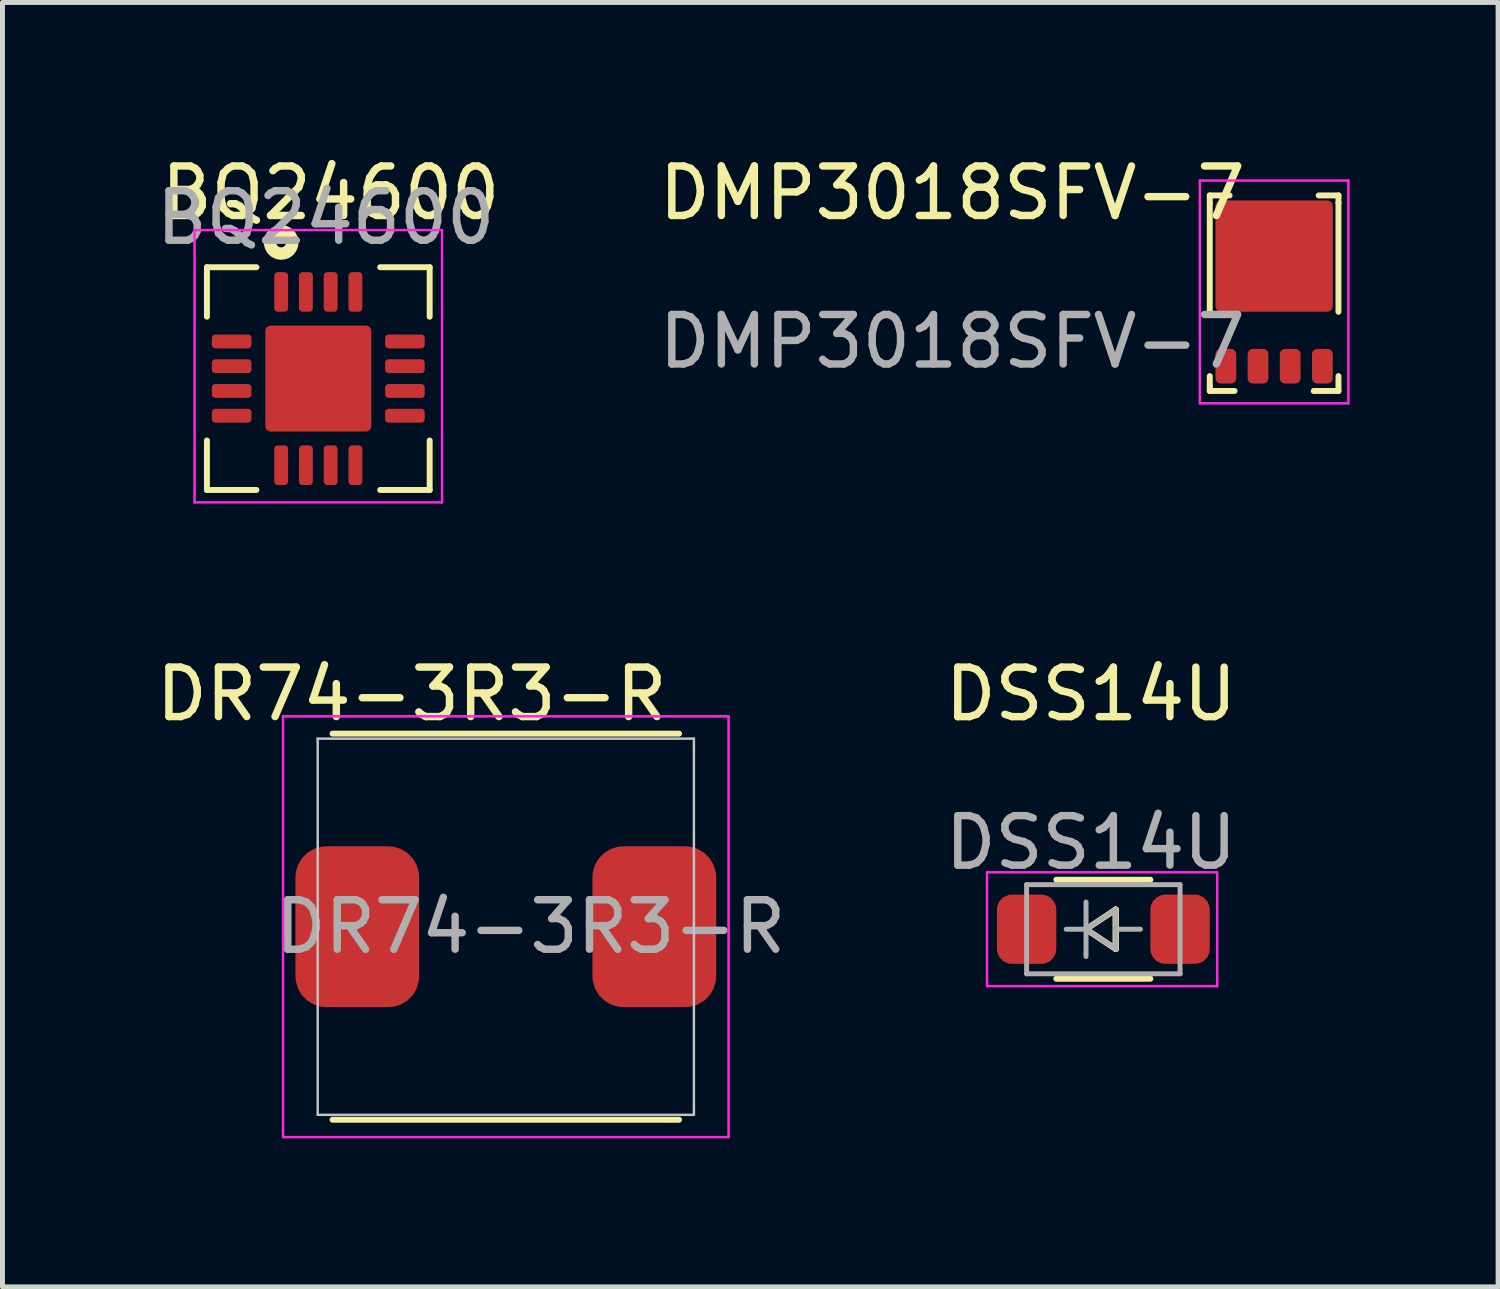
<source format=kicad_pcb>
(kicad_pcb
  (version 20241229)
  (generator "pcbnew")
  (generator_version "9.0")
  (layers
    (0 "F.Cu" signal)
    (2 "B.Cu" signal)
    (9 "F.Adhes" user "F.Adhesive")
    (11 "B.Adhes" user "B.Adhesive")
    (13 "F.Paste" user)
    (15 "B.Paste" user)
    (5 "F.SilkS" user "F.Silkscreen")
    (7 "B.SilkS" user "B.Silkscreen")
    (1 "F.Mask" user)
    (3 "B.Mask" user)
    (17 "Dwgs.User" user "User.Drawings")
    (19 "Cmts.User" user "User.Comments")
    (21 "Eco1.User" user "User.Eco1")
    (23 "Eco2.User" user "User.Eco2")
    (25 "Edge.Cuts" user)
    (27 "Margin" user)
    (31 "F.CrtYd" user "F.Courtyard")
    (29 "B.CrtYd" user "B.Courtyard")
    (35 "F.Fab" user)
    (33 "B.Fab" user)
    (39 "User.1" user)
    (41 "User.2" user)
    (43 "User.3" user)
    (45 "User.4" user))
  (footprint "DSS14U"
    (layer "F.Cu")
    (at 18.989 15.722)
    (property "Reference" "DSS14U" (at 0 -4.75 0) (unlocked yes) (layer "F.SilkS") (effects (font (size 1 1) (thickness 0.15))))
    (attr smd)
    (fp_line (start -0.7 -1) (end 1.2 -1) (stroke (width 0.12) (type solid)) (layer "F.SilkS"))
    (fp_line (start -0.7 1) (end 1.2 1) (stroke (width 0.12) (type solid)) (layer "F.SilkS"))
    (fp_line (start -0.1 0) (end 0.5 -0.4) (stroke (width 0.12) (type solid)) (layer "F.SilkS"))
    (fp_line (start 0.5 -0.4) (end 0.5 0.4) (stroke (width 0.12) (type solid)) (layer "F.SilkS"))
    (fp_line (start 0.5 0.4) (end -0.1 0) (stroke (width 0.12) (type solid)) (layer "F.SilkS"))
    (fp_line (start 0.5 0.4) (end 0.5 -0.4) (stroke (width 0.12) (type solid)) (layer "F.SilkS"))
    (fp_line (start -2.1 -1.15) (end -2.1 1.15) (stroke (width 0.05) (type solid)) (layer "F.CrtYd"))
    (fp_line (start -2.1 -1.15) (end 2.55 -1.15) (stroke (width 0.05) (type solid)) (layer "F.CrtYd"))
    (fp_line (start 2.55 -1.15) (end 2.55 1.15) (stroke (width 0.05) (type solid)) (layer "F.CrtYd"))
    (fp_line (start 2.55 1.15) (end -2.1 1.15) (stroke (width 0.05) (type solid)) (layer "F.CrtYd"))
    (fp_line (start -1.3 -0.9) (end 1.8 -0.9) (stroke (width 0.1) (type solid)) (layer "F.Fab"))
    (fp_line (start -1.3 0.9) (end -1.3 -0.9) (stroke (width 0.1) (type solid)) (layer "F.Fab"))
    (fp_line (start -0.5 0) (end -0.1 0) (stroke (width 0.1) (type solid)) (layer "F.Fab"))
    (fp_line (start -0.1 0) (end -0.1 -0.55) (stroke (width 0.1) (type solid)) (layer "F.Fab"))
    (fp_line (start -0.1 0) (end -0.1 0.55) (stroke (width 0.1) (type solid)) (layer "F.Fab"))
    (fp_line (start -0.1 0) (end 0.5 -0.4) (stroke (width 0.1) (type solid)) (layer "F.Fab"))
    (fp_line (start 0.5 -0.4) (end 0.5 0.4) (stroke (width 0.1) (type solid)) (layer "F.Fab"))
    (fp_line (start 0.5 0) (end 1 0) (stroke (width 0.1) (type solid)) (layer "F.Fab"))
    (fp_line (start 0.5 0.4) (end -0.1 0) (stroke (width 0.1) (type solid)) (layer "F.Fab"))
    (fp_line (start 1.8 -0.9) (end 1.8 0.9) (stroke (width 0.1) (type solid)) (layer "F.Fab"))
    (fp_line (start 1.8 0.9) (end -1.3 0.9) (stroke (width 0.1) (type solid)) (layer "F.Fab"))
    (fp_text user "${REFERENCE}" (at 0 -1.75 0) (unlocked yes) (layer "F.Fab") (effects (font (size 1 1) (thickness 0.15))))
    (pad "1" smd roundrect (at -1.3 0) (size 1.2 1.4) (layers "F.Cu" "F.Mask" "F.Paste") (roundrect_rratio 0.25))
    (pad "2" smd roundrect (at 1.8 0) (size 1.2 1.4) (layers "F.Cu" "F.Mask" "F.Paste") (roundrect_rratio 0.25)))
  (footprint "DMP3018SFV-7"
    (layer "F.Cu")
    (at 22.689 4.348)
    (property "Reference" "DMP3018SFV-7" (at -6.5 -3.5 0) (unlocked yes) (layer "F.SilkS") (effects (font (size 1 1) (thickness 0.15))))
    (attr smd)
    (fp_line (start -1.3 -3.3) (end -1.3 -3.45) (stroke (width 0.12) (type solid)) (layer "F.SilkS"))
    (fp_line (start -1.3 -1.1) (end -1.3 -3.3) (stroke (width 0.12) (type solid)) (layer "F.SilkS"))
    (fp_line (start -1.3 0.2) (end -1.3 0.4) (stroke (width 0.12) (type solid)) (layer "F.SilkS"))
    (fp_line (start -1.3 0.4) (end -1.3 0.5) (stroke (width 0.12) (type solid)) (layer "F.SilkS"))
    (fp_line (start -0.9 -3.45) (end -1.3 -3.45) (stroke (width 0.12) (type solid)) (layer "F.SilkS"))
    (fp_line (start -0.8 0.5) (end -1.3 0.5) (stroke (width 0.12) (type solid)) (layer "F.SilkS"))
    (fp_line (start 0.8 0.5) (end 1.3 0.5) (stroke (width 0.12) (type solid)) (layer "F.SilkS"))
    (fp_line (start 0.9 -3.45) (end 1.3 -3.45) (stroke (width 0.12) (type solid)) (layer "F.SilkS"))
    (fp_line (start 1.3 -3.3) (end 1.3 -3.45) (stroke (width 0.12) (type solid)) (layer "F.SilkS"))
    (fp_line (start 1.3 -1.1) (end 1.3 -3.3) (stroke (width 0.12) (type solid)) (layer "F.SilkS"))
    (fp_line (start 1.3 0.2) (end 1.3 0.5) (stroke (width 0.12) (type solid)) (layer "F.SilkS"))
    (fp_line (start -1.5 -3.75) (end 1.5 -3.75) (stroke (width 0.05) (type solid)) (layer "F.CrtYd"))
    (fp_line (start -1.5 0.75) (end -1.5 -3.75) (stroke (width 0.05) (type solid)) (layer "F.CrtYd"))
    (fp_line (start 1.5 -3.75) (end 1.5 0.75) (stroke (width 0.05) (type solid)) (layer "F.CrtYd"))
    (fp_line (start 1.5 0.75) (end -1.5 0.75) (stroke (width 0.05) (type solid)) (layer "F.CrtYd"))
    (fp_text user "${REFERENCE}" (at -6.5 -0.5 0) (unlocked yes) (layer "F.Fab") (effects (font (size 1 1) (thickness 0.15))))
    (pad "1" smd roundrect (at -0.975 0 180) (size 0.42 0.7) (layers "F.Cu" "F.Mask" "F.Paste") (roundrect_rratio 0.25))
    (pad "2" smd roundrect (at -0.325 0 180) (size 0.42 0.7) (layers "F.Cu" "F.Mask" "F.Paste") (roundrect_rratio 0.25))
    (pad "2" smd roundrect (at 0.325 0 180) (size 0.42 0.7) (layers "F.Cu" "F.Mask" "F.Paste") (roundrect_rratio 0.25))
    (pad "2" smd roundrect (at 0.975 0 180) (size 0.42 0.7) (layers "F.Cu" "F.Mask" "F.Paste") (roundrect_rratio 0.25))
    (pad "3" smd roundrect (at 0 -2.225) (size 2.37 2.25) (layers "F.Cu" "F.Mask" "F.Paste") (roundrect_rratio 0.05)))
  (footprint "BQ24600"
    (layer "F.Cu")
    (at 3.38 4.598)
    (property "Reference" "BQ24600" (at 0.25 -3.75 0) (unlocked yes) (layer "F.SilkS") (effects (font (size 1 1) (thickness 0.15))))
    (attr smd)
    (fp_line (start -2.25 -2.25) (end -1.25 -2.25) (stroke (width 0.12) (type solid)) (layer "F.SilkS"))
    (fp_line (start -2.25 -1.25) (end -2.25 -2.25) (stroke (width 0.12) (type solid)) (layer "F.SilkS"))
    (fp_line (start -2.25 2.25) (end -2.25 1.25) (stroke (width 0.12) (type solid)) (layer "F.SilkS"))
    (fp_line (start -1.25 2.25) (end -2.25 2.25) (stroke (width 0.12) (type solid)) (layer "F.SilkS"))
    (fp_line (start 1.25 -2.25) (end 2.25 -2.25) (stroke (width 0.12) (type solid)) (layer "F.SilkS"))
    (fp_line (start 2.25 -2.25) (end 2.25 -1.25) (stroke (width 0.12) (type solid)) (layer "F.SilkS"))
    (fp_line (start 2.25 1.25) (end 2.25 2.25) (stroke (width 0.12) (type solid)) (layer "F.SilkS"))
    (fp_line (start 2.25 2.25) (end 1.25 2.25) (stroke (width 0.12) (type solid)) (layer "F.SilkS"))
    (fp_circle (center -0.75 -2.75) (end -0.65 -2.75) (stroke (width 0.25) (type solid)) (fill no) (layer "F.SilkS"))
    (fp_line (start -2.5 -3) (end 2.5 -3) (stroke (width 0.05) (type solid)) (layer "F.CrtYd"))
    (fp_line (start -2.5 2.5) (end -2.5 -3) (stroke (width 0.05) (type solid)) (layer "F.CrtYd"))
    (fp_line (start 2.5 -3) (end 2.5 2.5) (stroke (width 0.05) (type solid)) (layer "F.CrtYd"))
    (fp_line (start 2.5 2.5) (end -2.5 2.5) (stroke (width 0.05) (type solid)) (layer "F.CrtYd"))
    (fp_text user "${REFERENCE}" (at 0.15 -3.25 0) (unlocked yes) (layer "F.Fab") (effects (font (size 1 1) (thickness 0.15))))
    (pad "1" smd roundrect (at -1.75 -0.75 90) (size 0.28 0.8) (layers "F.Cu" "F.Mask" "F.Paste") (roundrect_rratio 0.25))
    (pad "2" smd roundrect (at -1.75 -0.25 90) (size 0.28 0.8) (layers "F.Cu" "F.Mask" "F.Paste") (roundrect_rratio 0.25))
    (pad "3" smd roundrect (at -1.75 0.25 90) (size 0.28 0.8) (layers "F.Cu" "F.Mask" "F.Paste") (roundrect_rratio 0.25))
    (pad "4" smd roundrect (at -1.75 0.75 90) (size 0.28 0.8) (layers "F.Cu" "F.Mask" "F.Paste") (roundrect_rratio 0.25))
    (pad "5" smd roundrect (at -0.75 1.75) (size 0.28 0.8) (layers "F.Cu" "F.Mask" "F.Paste") (roundrect_rratio 0.25))
    (pad "6" smd roundrect (at -0.25 1.75) (size 0.28 0.8) (layers "F.Cu" "F.Mask" "F.Paste") (roundrect_rratio 0.25))
    (pad "7" smd roundrect (at 0.25 1.75) (size 0.28 0.8) (layers "F.Cu" "F.Mask" "F.Paste") (roundrect_rratio 0.25))
    (pad "8" smd roundrect (at 0.75 1.75) (size 0.28 0.8) (layers "F.Cu" "F.Mask" "F.Paste") (roundrect_rratio 0.25))
    (pad "9" smd roundrect (at 1.75 0.75 270) (size 0.28 0.8) (layers "F.Cu" "F.Mask" "F.Paste") (roundrect_rratio 0.25))
    (pad "10" smd roundrect (at 1.75 0.25 270) (size 0.28 0.8) (layers "F.Cu" "F.Mask" "F.Paste") (roundrect_rratio 0.25))
    (pad "11" smd roundrect (at 1.75 -0.25 270) (size 0.28 0.8) (layers "F.Cu" "F.Mask" "F.Paste") (roundrect_rratio 0.25))
    (pad "12" smd roundrect (at 1.75 -0.75 270) (size 0.28 0.8) (layers "F.Cu" "F.Mask" "F.Paste") (roundrect_rratio 0.25))
    (pad "13" smd roundrect (at 0.75 -1.75 180) (size 0.28 0.8) (layers "F.Cu" "F.Mask" "F.Paste") (roundrect_rratio 0.25))
    (pad "14" smd roundrect (at 0.25 -1.75 180) (size 0.28 0.8) (layers "F.Cu" "F.Mask" "F.Paste") (roundrect_rratio 0.25))
    (pad "15" smd roundrect (at -0.25 -1.75 180) (size 0.28 0.8) (layers "F.Cu" "F.Mask" "F.Paste") (roundrect_rratio 0.25))
    (pad "16" smd roundrect (at -0.75 -1.75 180) (size 0.28 0.8) (layers "F.Cu" "F.Mask" "F.Paste") (roundrect_rratio 0.25))
    (pad "17" smd roundrect (at 0 0 90) (size 2.14 2.14) (layers "F.Cu" "F.Mask" "F.Paste") (roundrect_rratio 0.05)))
  (footprint "DR74-3R3-R"
    (layer "F.Cu")
    (at 4.168 15.671)
    (property "Reference" "DR74-3R3-R" (at 1.1 -4.7 0) (unlocked yes) (layer "F.SilkS") (effects (font (size 1 1) (thickness 0.15))))
    (attr smd)
    (fp_line (start -0.5 -3.9) (end 6.5 -3.9) (stroke (width 0.12) (type solid)) (layer "F.SilkS"))
    (fp_line (start -0.5 3.9) (end 6.5 3.9) (stroke (width 0.12) (type solid)) (layer "F.SilkS"))
    (fp_line (start -0.8 -3.8) (end 6.8 -3.8) (stroke (width 0.05) (type solid)) (layer "Dwgs.User"))
    (fp_line (start -0.8 3.8) (end -0.8 -3.8) (stroke (width 0.05) (type solid)) (layer "Dwgs.User"))
    (fp_line (start -0.8 3.8) (end 6.8 3.8) (stroke (width 0.05) (type solid)) (layer "Dwgs.User"))
    (fp_line (start 6.8 -3.8) (end 6.8 3.8) (stroke (width 0.05) (type solid)) (layer "Dwgs.User"))
    (fp_line (start -1.5 -4.25) (end 7.5 -4.25) (stroke (width 0.05) (type solid)) (layer "F.CrtYd"))
    (fp_line (start -1.5 0.25) (end -1.5 -4.25) (stroke (width 0.05) (type solid)) (layer "F.CrtYd"))
    (fp_line (start -1.5 4.25) (end -1.5 0.25) (stroke (width 0.05) (type solid)) (layer "F.CrtYd"))
    (fp_line (start 7.5 -4.25) (end 7.5 4.25) (stroke (width 0.05) (type solid)) (layer "F.CrtYd"))
    (fp_line (start 7.5 4.25) (end -1.5 4.25) (stroke (width 0.05) (type solid)) (layer "F.CrtYd"))
    (fp_text user "${REFERENCE}" (at 3.5 0 0) (unlocked yes) (layer "F.Fab") (effects (font (size 1 1) (thickness 0.15))))
    (pad "1" smd roundrect (at 0 0) (size 2.5 3.25) (layers "F.Cu" "F.Mask" "F.Paste") (roundrect_rratio 0.25))
    (pad "2" smd roundrect (at 6 0) (size 2.5 3.25) (layers "F.Cu" "F.Mask" "F.Paste") (roundrect_rratio 0.25)))
  (gr_rect
    (start -3 -3)
    (end 27.214 22.947)
    (stroke (width 0.1) (type default))
    (fill no)
    (layer "Edge.Cuts")))
</source>
